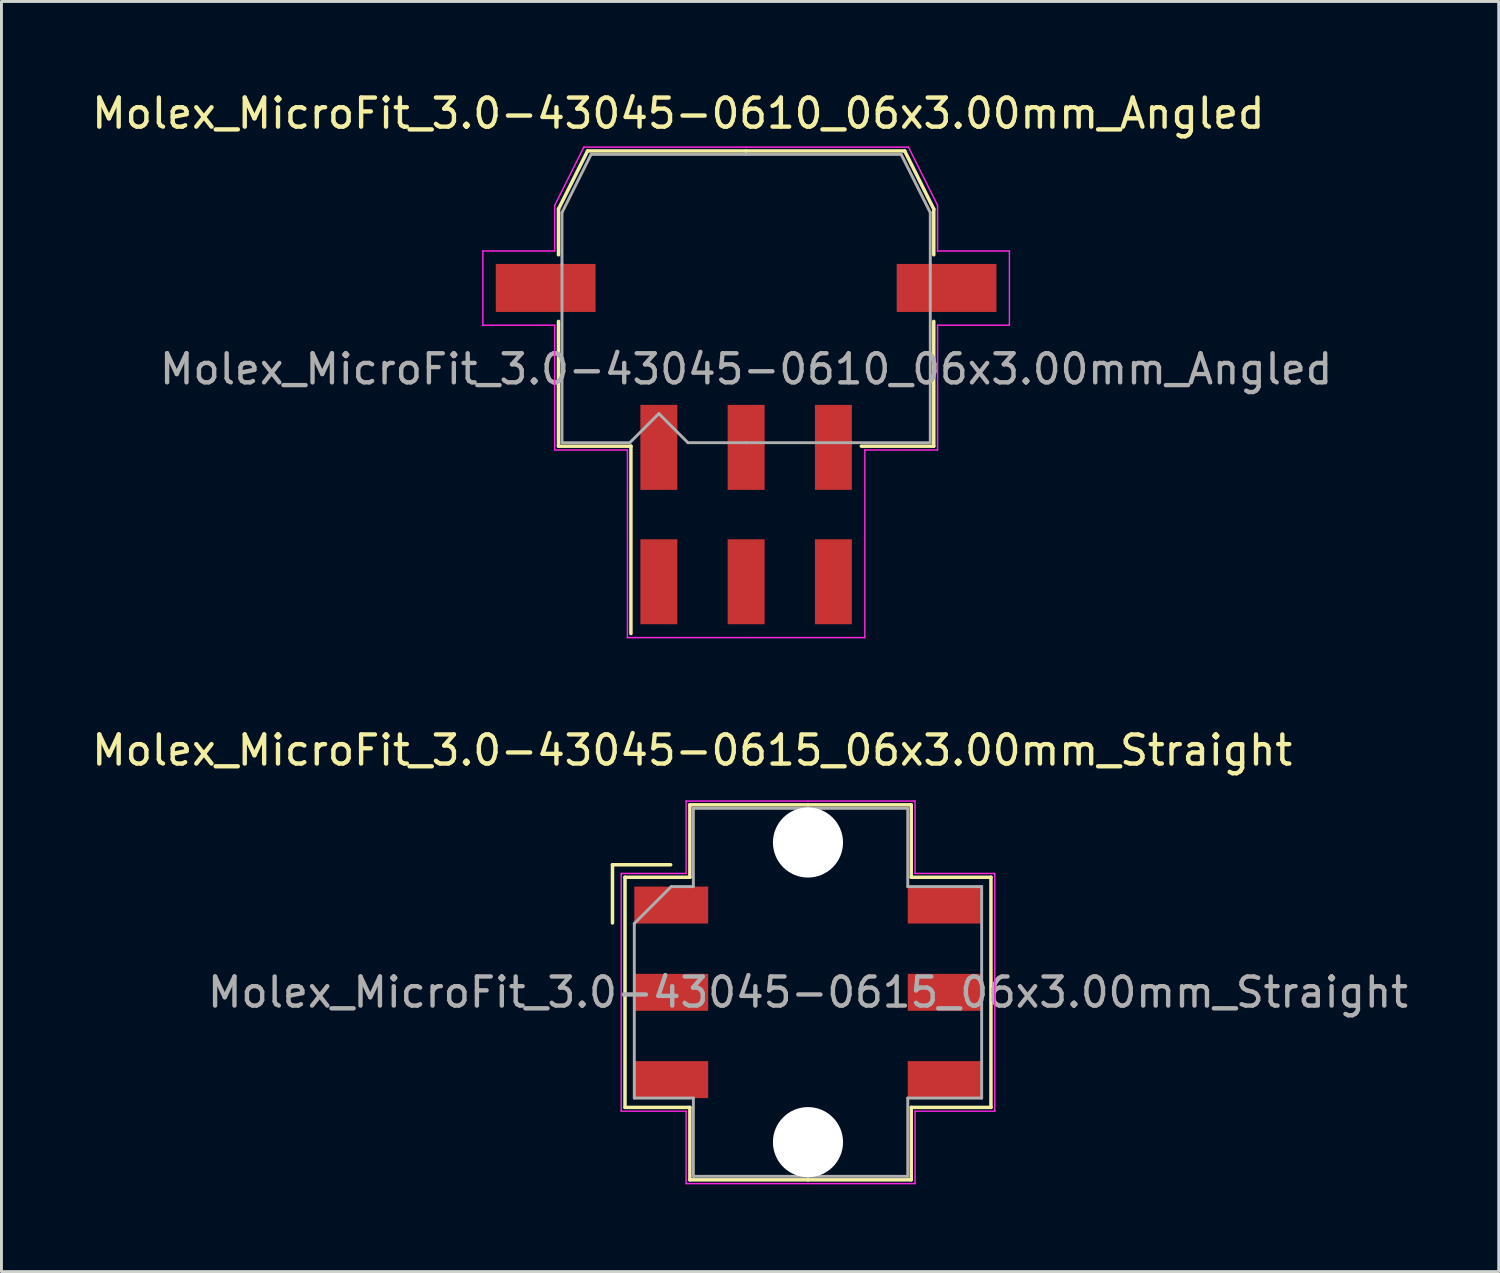
<source format=kicad_pcb>
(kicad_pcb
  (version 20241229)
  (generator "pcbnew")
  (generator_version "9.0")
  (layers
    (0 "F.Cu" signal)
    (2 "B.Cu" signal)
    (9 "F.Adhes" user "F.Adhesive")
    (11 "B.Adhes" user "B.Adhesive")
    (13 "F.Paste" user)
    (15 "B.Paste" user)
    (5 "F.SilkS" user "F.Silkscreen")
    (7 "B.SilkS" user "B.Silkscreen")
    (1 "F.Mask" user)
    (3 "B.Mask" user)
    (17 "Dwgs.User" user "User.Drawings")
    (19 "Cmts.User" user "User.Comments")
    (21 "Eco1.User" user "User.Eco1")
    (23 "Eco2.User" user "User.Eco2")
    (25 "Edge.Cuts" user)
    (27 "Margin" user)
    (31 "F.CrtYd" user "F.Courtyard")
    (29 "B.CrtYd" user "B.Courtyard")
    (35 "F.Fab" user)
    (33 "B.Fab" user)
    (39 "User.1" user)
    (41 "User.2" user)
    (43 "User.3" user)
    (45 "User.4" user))
  (footprint "Molex_MicroFit_3.0-43045-0615_06x3.00mm_Straight"
    (layer "F.Cu")
    (at 24.724 31.061)
    (property "Reference" "Molex_MicroFit_3.0-43045-0615_06x3.00mm_Straight" (at -3.98 -8.32 0) (layer "F.SilkS") (effects (font (size 1 1) (thickness 0.15))))
    (attr smd)
    (fp_line (start -6.72 -4.385) (end -6.72 -2.385) (stroke (width 0.12) (type solid)) (layer "F.SilkS"))
    (fp_line (start -6.29 -3.955) (end -4.06 -3.955) (stroke (width 0.12) (type solid)) (layer "F.SilkS"))
    (fp_line (start -6.29 3.955) (end -6.29 -3.955) (stroke (width 0.12) (type solid)) (layer "F.SilkS"))
    (fp_line (start -4.72 -4.385) (end -6.72 -4.385) (stroke (width 0.12) (type solid)) (layer "F.SilkS"))
    (fp_line (start -4.06 -6.445) (end 0 -6.445) (stroke (width 0.12) (type solid)) (layer "F.SilkS"))
    (fp_line (start -4.06 -3.955) (end -4.06 -6.445) (stroke (width 0.12) (type solid)) (layer "F.SilkS"))
    (fp_line (start -4.06 3.955) (end -6.29 3.955) (stroke (width 0.12) (type solid)) (layer "F.SilkS"))
    (fp_line (start -4.06 6.445) (end -4.06 3.955) (stroke (width 0.12) (type solid)) (layer "F.SilkS"))
    (fp_line (start 0 -6.445) (end 3.55 -6.445) (stroke (width 0.12) (type solid)) (layer "F.SilkS"))
    (fp_line (start 0 6.445) (end -4.06 6.445) (stroke (width 0.12) (type solid)) (layer "F.SilkS"))
    (fp_line (start 3.55 -6.445) (end 3.55 -3.955) (stroke (width 0.12) (type solid)) (layer "F.SilkS"))
    (fp_line (start 3.55 -3.955) (end 6.29 -3.955) (stroke (width 0.12) (type solid)) (layer "F.SilkS"))
    (fp_line (start 3.55 3.955) (end 3.55 6.445) (stroke (width 0.12) (type solid)) (layer "F.SilkS"))
    (fp_line (start 3.55 6.445) (end 0 6.445) (stroke (width 0.12) (type solid)) (layer "F.SilkS"))
    (fp_line (start 6.29 -3.955) (end 6.29 3.955) (stroke (width 0.12) (type solid)) (layer "F.SilkS"))
    (fp_line (start 6.29 3.955) (end 3.55 3.955) (stroke (width 0.12) (type solid)) (layer "F.SilkS"))
    (fp_line (start -6.42 -4.085) (end -4.19 -4.085) (stroke (width 0.05) (type solid)) (layer "F.CrtYd"))
    (fp_line (start -6.42 4.085) (end -6.42 -4.085) (stroke (width 0.05) (type solid)) (layer "F.CrtYd"))
    (fp_line (start -4.19 -6.575) (end 0 -6.575) (stroke (width 0.05) (type solid)) (layer "F.CrtYd"))
    (fp_line (start -4.19 -4.085) (end -4.19 -6.575) (stroke (width 0.05) (type solid)) (layer "F.CrtYd"))
    (fp_line (start -4.19 4.085) (end -6.42 4.085) (stroke (width 0.05) (type solid)) (layer "F.CrtYd"))
    (fp_line (start -4.19 6.575) (end -4.19 4.085) (stroke (width 0.05) (type solid)) (layer "F.CrtYd"))
    (fp_line (start 0 -6.575) (end 3.68 -6.575) (stroke (width 0.05) (type solid)) (layer "F.CrtYd"))
    (fp_line (start 0 6.575) (end -4.19 6.575) (stroke (width 0.05) (type solid)) (layer "F.CrtYd"))
    (fp_line (start 3.68 -6.575) (end 3.68 -4.085) (stroke (width 0.05) (type solid)) (layer "F.CrtYd"))
    (fp_line (start 3.68 -4.085) (end 6.42 -4.085) (stroke (width 0.05) (type solid)) (layer "F.CrtYd"))
    (fp_line (start 3.68 4.085) (end 3.68 6.575) (stroke (width 0.05) (type solid)) (layer "F.CrtYd"))
    (fp_line (start 3.68 6.575) (end 0 6.575) (stroke (width 0.05) (type solid)) (layer "F.CrtYd"))
    (fp_line (start 6.42 -4.085) (end 6.42 4.085) (stroke (width 0.05) (type solid)) (layer "F.CrtYd"))
    (fp_line (start 6.42 4.085) (end 3.68 4.085) (stroke (width 0.05) (type solid)) (layer "F.CrtYd"))
    (fp_line (start -5.97 -2.365) (end -4.7 -3.635) (stroke (width 0.1) (type solid)) (layer "F.Fab"))
    (fp_line (start -5.97 3.635) (end -5.97 -2.365) (stroke (width 0.1) (type solid)) (layer "F.Fab"))
    (fp_line (start -4.7 -3.635) (end -3.94 -3.635) (stroke (width 0.1) (type solid)) (layer "F.Fab"))
    (fp_line (start -3.94 -6.325) (end 0 -6.325) (stroke (width 0.1) (type solid)) (layer "F.Fab"))
    (fp_line (start -3.94 -3.635) (end -3.94 -6.325) (stroke (width 0.1) (type solid)) (layer "F.Fab"))
    (fp_line (start -3.94 3.635) (end -5.97 3.635) (stroke (width 0.1) (type solid)) (layer "F.Fab"))
    (fp_line (start -3.94 6.325) (end -3.94 3.635) (stroke (width 0.1) (type solid)) (layer "F.Fab"))
    (fp_line (start 0 -6.325) (end 3.43 -6.325) (stroke (width 0.1) (type solid)) (layer "F.Fab"))
    (fp_line (start 0 6.325) (end -3.94 6.325) (stroke (width 0.1) (type solid)) (layer "F.Fab"))
    (fp_line (start 3.43 -6.325) (end 3.43 -3.635) (stroke (width 0.1) (type solid)) (layer "F.Fab"))
    (fp_line (start 3.43 -3.635) (end 5.97 -3.635) (stroke (width 0.1) (type solid)) (layer "F.Fab"))
    (fp_line (start 3.43 3.635) (end 3.43 6.325) (stroke (width 0.1) (type solid)) (layer "F.Fab"))
    (fp_line (start 3.43 6.325) (end 0 6.325) (stroke (width 0.1) (type solid)) (layer "F.Fab"))
    (fp_line (start 5.97 -3.635) (end 5.97 3.635) (stroke (width 0.1) (type solid)) (layer "F.Fab"))
    (fp_line (start 5.97 3.635) (end 3.43 3.635) (stroke (width 0.1) (type solid)) (layer "F.Fab"))
    (fp_text user "${REFERENCE}" (at 0 0 0) (layer "F.Fab") (effects (font (size 1 1) (thickness 0.15))))
    (pad "" np_thru_hole circle (at 0 -5.15) (size 2.41 2.41) (drill 2.41) (layers "*.Cu"))
    (pad "" np_thru_hole circle (at 0 5.15) (size 2.41 2.41) (drill 2.41) (layers "*.Cu"))
    (pad "1" smd rect (at -4.7 -3) (size 2.54 1.27) (layers "F.Cu" "F.Mask" "F.Paste"))
    (pad "2" smd rect (at -4.7 0) (size 2.54 1.27) (layers "F.Cu" "F.Mask" "F.Paste"))
    (pad "3" smd rect (at -4.7 3) (size 2.54 1.27) (layers "F.Cu" "F.Mask" "F.Paste"))
    (pad "4" smd rect (at 4.7 3) (size 2.54 1.27) (layers "F.Cu" "F.Mask" "F.Paste"))
    (pad "5" smd rect (at 4.7 0) (size 2.54 1.27) (layers "F.Cu" "F.Mask" "F.Paste"))
    (pad "6" smd rect (at 4.7 -3) (size 2.54 1.27) (layers "F.Cu" "F.Mask" "F.Paste")))
  (footprint "Molex_MicroFit_3.0-43045-0610_06x3.00mm_Angled"
    (layer "F.Cu")
    (at 22.598 14.638)
    (property "Reference" "Molex_MicroFit_3.0-43045-0610_06x3.00mm_Angled" (at -2.33 -13.79 0) (layer "F.SilkS") (effects (font (size 1 1) (thickness 0.15))))
    (attr smd)
    (fp_line (start -6.45 -10.5) (end -6.45 -8.93) (stroke (width 0.12) (type solid)) (layer "F.SilkS"))
    (fp_line (start -6.45 -6.64) (end -6.45 -2.35) (stroke (width 0.12) (type solid)) (layer "F.SilkS"))
    (fp_line (start -6.45 -2.35) (end -3.96 -2.35) (stroke (width 0.12) (type solid)) (layer "F.SilkS"))
    (fp_line (start -5.45 -12.5) (end -6.45 -10.5) (stroke (width 0.12) (type solid)) (layer "F.SilkS"))
    (fp_line (start -3.96 -2.35) (end -3.96 4.09) (stroke (width 0.12) (type solid)) (layer "F.SilkS"))
    (fp_line (start 0 -12.5) (end -5.45 -12.5) (stroke (width 0.12) (type solid)) (layer "F.SilkS"))
    (fp_line (start 0 -12.5) (end 5.45 -12.5) (stroke (width 0.12) (type solid)) (layer "F.SilkS"))
    (fp_line (start 5.45 -12.5) (end 6.45 -10.5) (stroke (width 0.12) (type solid)) (layer "F.SilkS"))
    (fp_line (start 6.45 -10.5) (end 6.45 -8.93) (stroke (width 0.12) (type solid)) (layer "F.SilkS"))
    (fp_line (start 6.45 -6.64) (end 6.45 -2.35) (stroke (width 0.12) (type solid)) (layer "F.SilkS"))
    (fp_line (start 6.45 -2.35) (end 3.96 -2.35) (stroke (width 0.12) (type solid)) (layer "F.SilkS"))
    (fp_line (start -9.05 -9.06) (end -9.05 -6.51) (stroke (width 0.05) (type solid)) (layer "F.CrtYd"))
    (fp_line (start -9.05 -6.51) (end -6.58 -6.51) (stroke (width 0.05) (type solid)) (layer "F.CrtYd"))
    (fp_line (start -6.58 -10.63) (end -6.58 -9.06) (stroke (width 0.05) (type solid)) (layer "F.CrtYd"))
    (fp_line (start -6.58 -9.06) (end -9.05 -9.06) (stroke (width 0.05) (type solid)) (layer "F.CrtYd"))
    (fp_line (start -6.58 -6.51) (end -6.58 -2.22) (stroke (width 0.05) (type solid)) (layer "F.CrtYd"))
    (fp_line (start -6.58 -2.22) (end -4.08 -2.22) (stroke (width 0.05) (type solid)) (layer "F.CrtYd"))
    (fp_line (start -5.58 -12.63) (end -6.58 -10.63) (stroke (width 0.05) (type solid)) (layer "F.CrtYd"))
    (fp_line (start -4.08 -2.22) (end -4.08 4.23) (stroke (width 0.05) (type solid)) (layer "F.CrtYd"))
    (fp_line (start -4.08 4.23) (end 0 4.23) (stroke (width 0.05) (type solid)) (layer "F.CrtYd"))
    (fp_line (start 0 -12.63) (end -5.58 -12.63) (stroke (width 0.05) (type solid)) (layer "F.CrtYd"))
    (fp_line (start 0 -12.63) (end 5.58 -12.63) (stroke (width 0.05) (type solid)) (layer "F.CrtYd"))
    (fp_line (start 4.08 -2.22) (end 4.08 4.23) (stroke (width 0.05) (type solid)) (layer "F.CrtYd"))
    (fp_line (start 4.08 4.23) (end 0 4.23) (stroke (width 0.05) (type solid)) (layer "F.CrtYd"))
    (fp_line (start 5.58 -12.63) (end 6.58 -10.63) (stroke (width 0.05) (type solid)) (layer "F.CrtYd"))
    (fp_line (start 6.58 -10.63) (end 6.58 -9.06) (stroke (width 0.05) (type solid)) (layer "F.CrtYd"))
    (fp_line (start 6.58 -9.06) (end 9.05 -9.06) (stroke (width 0.05) (type solid)) (layer "F.CrtYd"))
    (fp_line (start 6.58 -6.51) (end 6.58 -2.22) (stroke (width 0.05) (type solid)) (layer "F.CrtYd"))
    (fp_line (start 6.58 -2.22) (end 4.08 -2.22) (stroke (width 0.05) (type solid)) (layer "F.CrtYd"))
    (fp_line (start 9.05 -9.06) (end 9.05 -6.51) (stroke (width 0.05) (type solid)) (layer "F.CrtYd"))
    (fp_line (start 9.05 -6.51) (end 6.58 -6.51) (stroke (width 0.05) (type solid)) (layer "F.CrtYd"))
    (fp_line (start -6.33 -10.38) (end -6.33 -8.61) (stroke (width 0.1) (type solid)) (layer "F.Fab"))
    (fp_line (start -6.33 -8.61) (end -6.33 -2.47) (stroke (width 0.1) (type solid)) (layer "F.Fab"))
    (fp_line (start -6.33 -2.47) (end -4 -2.47) (stroke (width 0.1) (type solid)) (layer "F.Fab"))
    (fp_line (start -5.33 -12.38) (end -6.33 -10.38) (stroke (width 0.1) (type solid)) (layer "F.Fab"))
    (fp_line (start -4 -2.47) (end -3 -3.47) (stroke (width 0.1) (type solid)) (layer "F.Fab"))
    (fp_line (start -3 -3.47) (end -2 -2.47) (stroke (width 0.1) (type solid)) (layer "F.Fab"))
    (fp_line (start -2 -2.47) (end 0 -2.47) (stroke (width 0.1) (type solid)) (layer "F.Fab"))
    (fp_line (start 0 -12.38) (end -5.33 -12.38) (stroke (width 0.1) (type solid)) (layer "F.Fab"))
    (fp_line (start 0 -12.38) (end 5.33 -12.38) (stroke (width 0.1) (type solid)) (layer "F.Fab"))
    (fp_line (start 3.63 -2.47) (end 0 -2.47) (stroke (width 0.1) (type solid)) (layer "F.Fab"))
    (fp_line (start 5.33 -12.38) (end 6.33 -10.38) (stroke (width 0.1) (type solid)) (layer "F.Fab"))
    (fp_line (start 6.33 -10.38) (end 6.33 -8.61) (stroke (width 0.1) (type solid)) (layer "F.Fab"))
    (fp_line (start 6.33 -8.61) (end 6.33 -2.47) (stroke (width 0.1) (type solid)) (layer "F.Fab"))
    (fp_line (start 6.33 -2.47) (end 3.63 -2.47) (stroke (width 0.1) (type solid)) (layer "F.Fab"))
    (fp_text user "${REFERENCE}" (at 0 -5 0) (layer "F.Fab") (effects (font (size 1 1) (thickness 0.15))))
    (pad "" smd rect (at -6.89 -7.79) (size 3.43 1.65) (layers "F.Cu" "F.Mask" "F.Paste"))
    (pad "" smd rect (at 6.89 -7.79) (size 3.43 1.65) (layers "F.Cu" "F.Mask" "F.Paste"))
    (pad "1" smd rect (at -3 -2.31) (size 1.27 2.92) (layers "F.Cu" "F.Mask" "F.Paste"))
    (pad "2" smd rect (at 0 -2.31) (size 1.27 2.92) (layers "F.Cu" "F.Mask" "F.Paste"))
    (pad "3" smd rect (at 3 -2.31) (size 1.27 2.92) (layers "F.Cu" "F.Mask" "F.Paste"))
    (pad "4" smd rect (at 3 2.31) (size 1.27 2.92) (layers "F.Cu" "F.Mask" "F.Paste"))
    (pad "5" smd rect (at 0 2.31) (size 1.27 2.92) (layers "F.Cu" "F.Mask" "F.Paste"))
    (pad "6" smd rect (at -3 2.31) (size 1.27 2.92) (layers "F.Cu" "F.Mask" "F.Paste")))
  (gr_rect
    (start -3 -3)
    (end 48.468 40.661)
    (stroke (width 0.1) (type default))
    (fill no)
    (layer "Edge.Cuts")))
</source>
